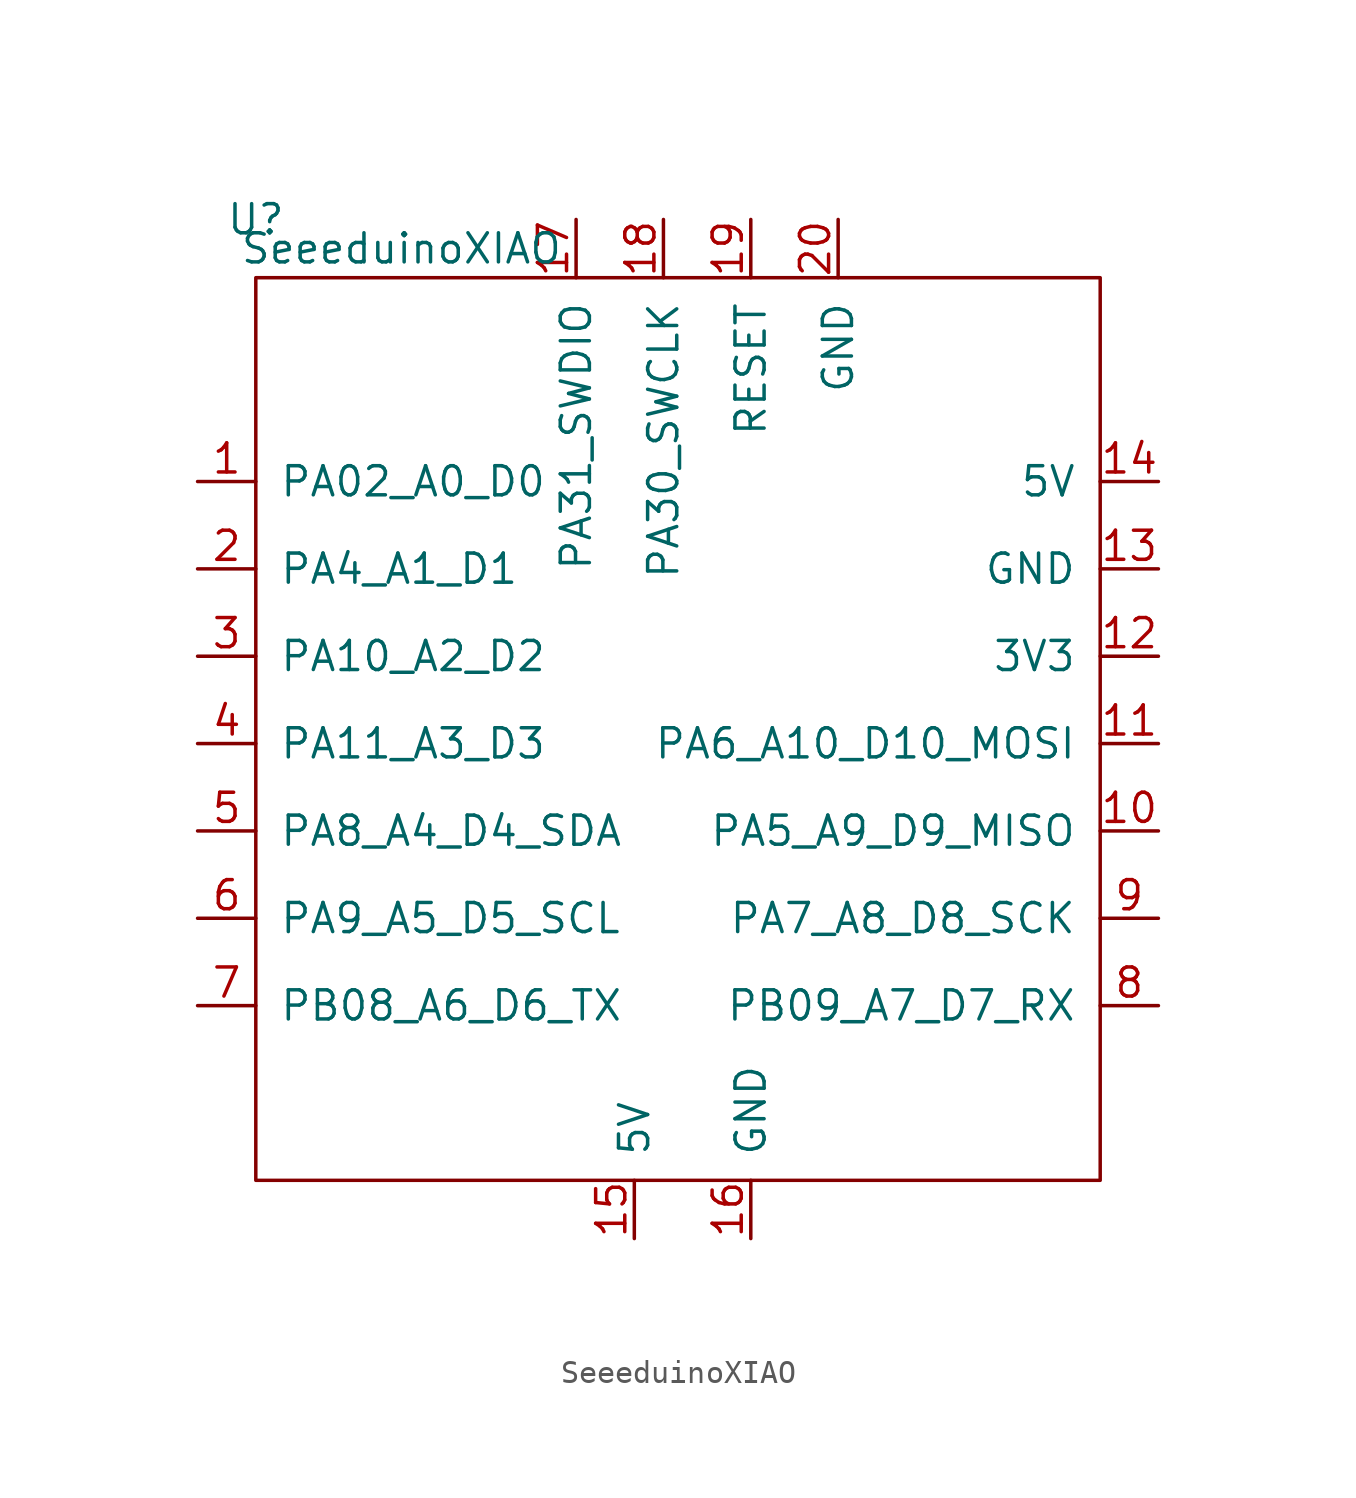
<source format=kicad_sym>
(kicad_symbol_lib
  (version 20211014)
  (generator kicad_symbol_editor)
  (symbol "SeeeduinoXIAO"
    (pin_names
      (offset 1.016))
    (property "Reference" "U"
      (at -19.05 22.86 0)
      (effects (font (size 1.27 1.27))))
    (property "Value" "SeeeduinoXIAO"
      (at -12.7 21.59 0)
      (effects (font (size 1.27 1.27))))
    (symbol "SeeeduinoXIAO_0_1"
      (rectangle (start -19.05 20.32) (end 17.78 -19.05) (stroke (width 0) (type default) (color 0 0 0 0)) (fill (type none))))
    (symbol "SeeeduinoXIAO_1_1"
      (pin bidirectional line (at -21.59 11.43 0) (length 2.54) (name "PA02_A0_D0" (effects (font (size 1.27 1.27)))) (number "1" (effects (font (size 1.27 1.27)))))
      (pin bidirectional line (at 20.32 -3.81 180) (length 2.54) (name "PA5_A9_D9_MISO" (effects (font (size 1.27 1.27)))) (number "10" (effects (font (size 1.27 1.27)))))
      (pin bidirectional line (at 20.32 0 180) (length 2.54) (name "PA6_A10_D10_MOSI" (effects (font (size 1.27 1.27)))) (number "11" (effects (font (size 1.27 1.27)))))
      (pin power_out line (at 20.32 3.81 180) (length 2.54) (name "3V3" (effects (font (size 1.27 1.27)))) (number "12" (effects (font (size 1.27 1.27)))))
      (pin power_out line (at 20.32 7.62 180) (length 2.54) (name "GND" (effects (font (size 1.27 1.27)))) (number "13" (effects (font (size 1.27 1.27)))))
      (pin power_out line (at 20.32 11.43 180) (length 2.54) (name "5V" (effects (font (size 1.27 1.27)))) (number "14" (effects (font (size 1.27 1.27)))))
      (pin input line (at -2.54 -21.59 90) (length 2.54) (name "5V" (effects (font (size 1.27 1.27)))) (number "15" (effects (font (size 1.27 1.27)))))
      (pin input line (at 2.54 -21.59 90) (length 2.54) (name "GND" (effects (font (size 1.27 1.27)))) (number "16" (effects (font (size 1.27 1.27)))))
      (pin input line (at -5.08 22.86 270) (length 2.54) (name "PA31_SWDIO" (effects (font (size 1.27 1.27)))) (number "17" (effects (font (size 1.27 1.27)))))
      (pin input line (at -1.27 22.86 270) (length 2.54) (name "PA30_SWCLK" (effects (font (size 1.27 1.27)))) (number "18" (effects (font (size 1.27 1.27)))))
      (pin input line (at 2.54 22.86 270) (length 2.54) (name "RESET" (effects (font (size 1.27 1.27)))) (number "19" (effects (font (size 1.27 1.27)))))
      (pin bidirectional line (at -21.59 7.62 0) (length 2.54) (name "PA4_A1_D1" (effects (font (size 1.27 1.27)))) (number "2" (effects (font (size 1.27 1.27)))))
      (pin input line (at 6.35 22.86 270) (length 2.54) (name "GND" (effects (font (size 1.27 1.27)))) (number "20" (effects (font (size 1.27 1.27)))))
      (pin bidirectional line (at -21.59 3.81 0) (length 2.54) (name "PA10_A2_D2" (effects (font (size 1.27 1.27)))) (number "3" (effects (font (size 1.27 1.27)))))
      (pin bidirectional line (at -21.59 0 0) (length 2.54) (name "PA11_A3_D3" (effects (font (size 1.27 1.27)))) (number "4" (effects (font (size 1.27 1.27)))))
      (pin bidirectional line (at -21.59 -3.81 0) (length 2.54) (name "PA8_A4_D4_SDA" (effects (font (size 1.27 1.27)))) (number "5" (effects (font (size 1.27 1.27)))))
      (pin bidirectional line (at -21.59 -7.62 0) (length 2.54) (name "PA9_A5_D5_SCL" (effects (font (size 1.27 1.27)))) (number "6" (effects (font (size 1.27 1.27)))))
      (pin bidirectional line (at -21.59 -11.43 0) (length 2.54) (name "PB08_A6_D6_TX" (effects (font (size 1.27 1.27)))) (number "7" (effects (font (size 1.27 1.27)))))
      (pin bidirectional line (at 20.32 -11.43 180) (length 2.54) (name "PB09_A7_D7_RX" (effects (font (size 1.27 1.27)))) (number "8" (effects (font (size 1.27 1.27)))))
      (pin bidirectional line (at 20.32 -7.62 180) (length 2.54) (name "PA7_A8_D8_SCK" (effects (font (size 1.27 1.27)))) (number "9" (effects (font (size 1.27 1.27))))))))
</source>
